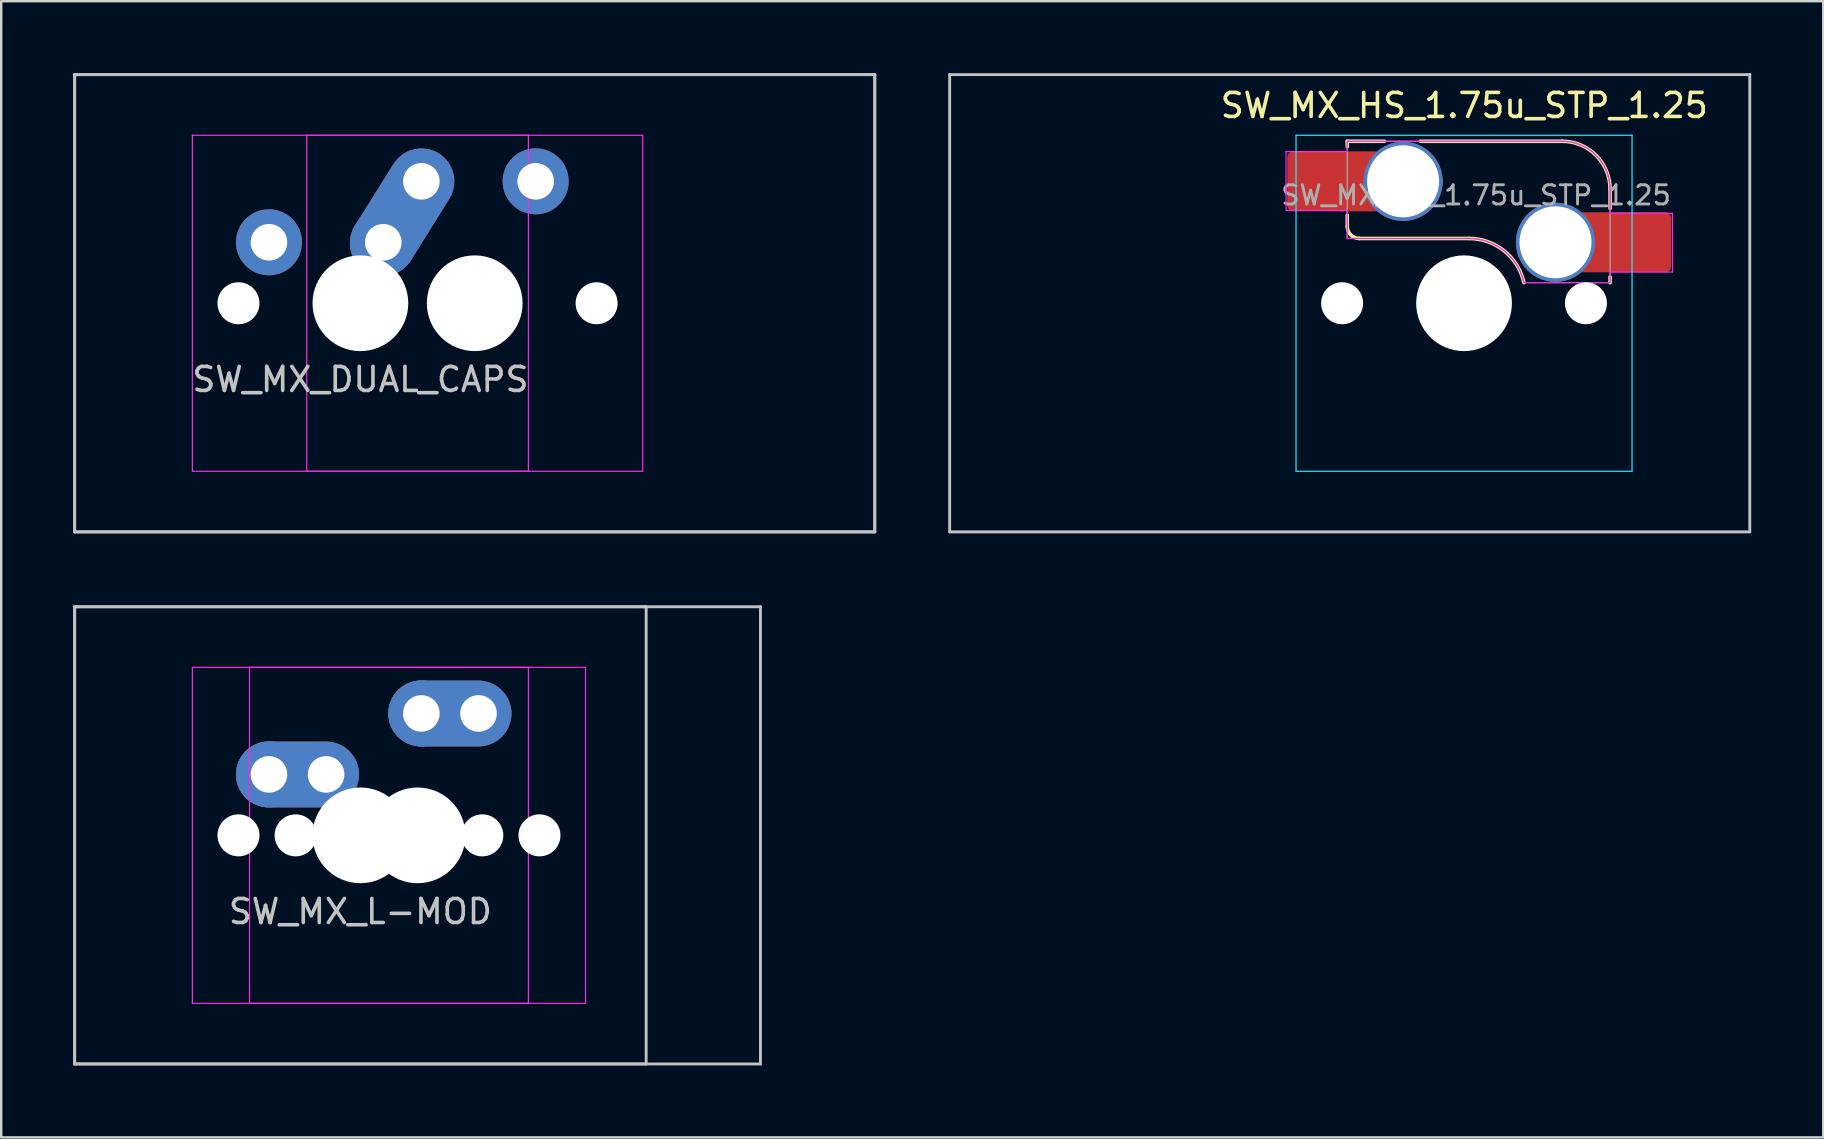
<source format=kicad_pcb>
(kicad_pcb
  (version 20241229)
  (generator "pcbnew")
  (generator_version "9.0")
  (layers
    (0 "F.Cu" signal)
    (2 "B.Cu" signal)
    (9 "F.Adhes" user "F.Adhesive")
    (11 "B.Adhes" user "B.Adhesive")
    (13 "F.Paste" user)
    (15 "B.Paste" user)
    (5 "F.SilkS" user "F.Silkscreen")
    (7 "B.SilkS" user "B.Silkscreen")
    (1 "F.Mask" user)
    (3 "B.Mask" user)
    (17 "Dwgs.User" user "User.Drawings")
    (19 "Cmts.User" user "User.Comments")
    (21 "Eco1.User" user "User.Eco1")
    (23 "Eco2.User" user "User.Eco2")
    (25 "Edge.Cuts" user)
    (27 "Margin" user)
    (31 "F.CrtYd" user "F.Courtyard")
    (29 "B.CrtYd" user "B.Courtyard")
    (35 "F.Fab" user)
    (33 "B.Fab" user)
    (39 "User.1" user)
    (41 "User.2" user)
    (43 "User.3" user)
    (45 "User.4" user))
  (footprint "SW_MX_HS_1.75u_STP_1.25"
    (layer "F.Cu")
    (at 57.949 9.585)
    (property "Reference" "SW_MX_HS_1.75u_STP_1.25" (at 0.01 -8.24 0) (layer "F.SilkS") (effects (font (size 1 1) (thickness 0.15))))
    (attr smd)
    (fp_line (start -4.865 -6.75) (end -4.865 -6.52) (stroke (width 0.15) (type solid)) (layer "F.SilkS"))
    (fp_line (start -4.865 -3.67) (end -4.865 -3.2) (stroke (width 0.15) (type solid)) (layer "F.SilkS"))
    (fp_line (start -4.365 -2.7) (end 0.2 -2.7) (stroke (width 0.15) (type solid)) (layer "F.SilkS"))
    (fp_line (start -3.315 -6.75) (end -4.865 -6.75) (stroke (width 0.15) (type solid)) (layer "F.SilkS"))
    (fp_line (start 4.085 -6.75) (end -1.815 -6.75) (stroke (width 0.15) (type solid)) (layer "F.SilkS"))
    (fp_line (start 6.085 -3.95) (end 6.085 -4.75) (stroke (width 0.15) (type solid)) (layer "F.SilkS"))
    (fp_line (start 6.085 -1.1) (end 6.085 -0.86) (stroke (width 0.15) (type solid)) (layer "F.SilkS"))
    (fp_arc (start -4.364824 -2.70022) (mid -4.718377 -2.846667) (end -4.864824 -3.20022) (stroke (width 0.15) (type solid)) (layer "F.SilkS"))
    (fp_arc (start 0.2 -2.70022) (mid 1.670693 -2.183637) (end 2.494322 -0.86022) (stroke (width 0.15) (type solid)) (layer "F.SilkS"))
    (fp_arc (start 4.085176 -6.75022) (mid 5.49939 -6.164434) (end 6.085176 -4.75022) (stroke (width 0.15) (type solid)) (layer "F.SilkS"))
    (fp_line (start -21.431 -9.525) (end 11.906 -9.525) (stroke (width 0.12) (type solid)) (layer "Dwgs.User"))
    (fp_line (start -21.431 9.525) (end -21.431 -9.525) (stroke (width 0.12) (type solid)) (layer "Dwgs.User"))
    (fp_line (start 11.906 -9.525) (end 11.906 9.525) (stroke (width 0.12) (type solid)) (layer "Dwgs.User"))
    (fp_line (start 11.906 9.525) (end -21.431 9.525) (stroke (width 0.12) (type solid)) (layer "Dwgs.User"))
    (fp_line (start -7 -6.5) (end -7 6.5) (stroke (width 0.05) (type solid)) (layer "Eco2.User"))
    (fp_line (start -6.5 7) (end 6.5 7) (stroke (width 0.05) (type solid)) (layer "Eco2.User"))
    (fp_line (start 6.5 -7) (end -6.5 -7) (stroke (width 0.05) (type solid)) (layer "Eco2.User"))
    (fp_line (start 7 6.5) (end 7 -6.5) (stroke (width 0.05) (type solid)) (layer "Eco2.User"))
    (fp_arc (start -7 -6.5) (mid -6.853553 -6.853553) (end -6.5 -7) (stroke (width 0.05) (type solid)) (layer "Eco2.User"))
    (fp_arc (start -6.497236 6.998884) (mid -6.850789 6.852437) (end -6.997236 6.498884) (stroke (width 0.05) (type solid)) (layer "Eco2.User"))
    (fp_arc (start 6.5 -7) (mid 6.853553 -6.853553) (end 7 -6.5) (stroke (width 0.05) (type solid)) (layer "Eco2.User"))
    (fp_arc (start 7 6.5) (mid 6.853553 6.853553) (end 6.5 7) (stroke (width 0.05) (type solid)) (layer "Eco2.User"))
    (fp_line (start -7 -7) (end 7 -7) (stroke (width 0.05) (type solid)) (layer "B.CrtYd"))
    (fp_line (start -7 7) (end -7 -7) (stroke (width 0.05) (type solid)) (layer "B.CrtYd"))
    (fp_line (start 7 -7) (end 7 7) (stroke (width 0.05) (type solid)) (layer "B.CrtYd"))
    (fp_line (start 7 7) (end -7 7) (stroke (width 0.05) (type solid)) (layer "B.CrtYd"))
    (fp_line (start -7.415 -6.32) (end -4.865 -6.32) (stroke (width 0.05) (type solid)) (layer "F.CrtYd"))
    (fp_line (start -7.415 -3.87) (end -7.415 -6.32) (stroke (width 0.05) (type solid)) (layer "F.CrtYd"))
    (fp_line (start -4.865 -6.75) (end -4.865 -6.32) (stroke (width 0.05) (type solid)) (layer "F.CrtYd"))
    (fp_line (start -4.865 -3.87) (end -7.415 -3.87) (stroke (width 0.05) (type solid)) (layer "F.CrtYd"))
    (fp_line (start -4.865 -3.87) (end -4.865 -2.7) (stroke (width 0.05) (type solid)) (layer "F.CrtYd"))
    (fp_line (start -4.865 -2.7) (end 0.2 -2.7) (stroke (width 0.05) (type solid)) (layer "F.CrtYd"))
    (fp_line (start 4.085 -6.75) (end -4.865 -6.75) (stroke (width 0.05) (type solid)) (layer "F.CrtYd"))
    (fp_line (start 6.085 -3.75) (end 6.085 -4.75) (stroke (width 0.05) (type solid)) (layer "F.CrtYd"))
    (fp_line (start 6.085 -3.75) (end 8.685 -3.75) (stroke (width 0.05) (type solid)) (layer "F.CrtYd"))
    (fp_line (start 6.085 -1.3) (end 6.085 -0.86) (stroke (width 0.05) (type solid)) (layer "F.CrtYd"))
    (fp_line (start 6.085 -0.86) (end 2.494 -0.86) (stroke (width 0.05) (type solid)) (layer "F.CrtYd"))
    (fp_line (start 8.685 -3.75) (end 8.685 -1.3) (stroke (width 0.05) (type solid)) (layer "F.CrtYd"))
    (fp_line (start 8.685 -1.3) (end 6.085 -1.3) (stroke (width 0.05) (type solid)) (layer "F.CrtYd"))
    (fp_arc (start 0.2 -2.70022) (mid 1.670503 -2.183399) (end 2.494322 -0.86022) (stroke (width 0.05) (type solid)) (layer "F.CrtYd"))
    (fp_arc (start 4.085176 -6.75022) (mid 5.49939 -6.164434) (end 6.085176 -4.75022) (stroke (width 0.05) (type solid)) (layer "F.CrtYd"))
    (fp_line (start -4.865 -6.75) (end -4.865 -2.7) (stroke (width 0.05) (type solid)) (layer "F.Fab"))
    (fp_line (start -4.865 -2.7) (end 0.2 -2.7) (stroke (width 0.05) (type solid)) (layer "F.Fab"))
    (fp_line (start 4.085 -6.75) (end -4.865 -6.75) (stroke (width 0.05) (type solid)) (layer "F.Fab"))
    (fp_line (start 6.085 -0.86) (end 2.494 -0.86) (stroke (width 0.05) (type solid)) (layer "F.Fab"))
    (fp_line (start 6.085 -0.86) (end 6.085 -4.75) (stroke (width 0.05) (type solid)) (layer "F.Fab"))
    (fp_arc (start 0.2 -2.70022) (mid 1.670503 -2.183399) (end 2.494322 -0.86022) (stroke (width 0.05) (type solid)) (layer "F.Fab"))
    (fp_arc (start 4.085176 -6.75022) (mid 5.49939 -6.164434) (end 6.085176 -4.75022) (stroke (width 0.05) (type solid)) (layer "F.Fab"))
    (fp_text user "${REFERENCE}" (at 0.5 -4.5 0) (layer "F.Fab") (effects (font (size 0.8 0.8) (thickness 0.12))))
    (pad "" np_thru_hole circle (at -5.08 0) (size 1.75 1.75) (drill 1.75) (layers "*.Cu" "*.Mask"))
    (pad "" np_thru_hole circle (at 0 0) (size 3.988 3.988) (drill 3.988) (layers "*.Cu" "*.Mask"))
    (pad "" np_thru_hole circle (at 5.08 0) (size 1.75 1.75) (drill 1.75) (layers "*.Cu" "*.Mask"))
    (pad "1" thru_hole circle (at 3.81 -2.54) (size 3.3 3.3) (drill 3) (layers "*.Cu" "*.Mask"))
    (pad "1" smd rect (at 5.635 -2.54 180) (size 1.65 2.5) (layers "F.Cu"))
    (pad "1" smd roundrect (at 7.36 -2.54) (size 2.55 2.5) (layers "F.Cu" "F.Mask" "F.Paste") (roundrect_rratio 0.1))
    (pad "2" smd roundrect (at -6.09 -5.08) (size 2.55 2.5) (layers "F.Cu" "F.Mask" "F.Paste") (roundrect_rratio 0.1))
    (pad "2" smd rect (at -4.34 -5.08) (size 1.65 2.5) (layers "F.Cu"))
    (pad "2" thru_hole circle (at -2.54 -5.08) (size 3.3 3.3) (drill 3) (layers "*.Cu" "*.Mask")))
  (footprint "SW_MX_DUAL_CAPS"
    (layer "F.Cu")
    (at 11.966 9.585)
    (property "Reference" "SW_MX_DUAL_CAPS" (at 0 3.175 0) (layer "Dwgs.User") (effects (font (size 1 1) (thickness 0.15))))
    (attr through_hole exclude_from_pos_files exclude_from_bom)
    (fp_line (start -11.906 -9.525) (end -11.906 9.525) (stroke (width 0.12) (type solid)) (layer "Dwgs.User"))
    (fp_line (start -11.906 -9.525) (end -11.906 9.525) (stroke (width 0.12) (type solid)) (layer "Dwgs.User"))
    (fp_line (start -11.906 9.525) (end 21.431 9.525) (stroke (width 0.12) (type solid)) (layer "Dwgs.User"))
    (fp_line (start -11.906 9.525) (end 21.431 9.525) (stroke (width 0.12) (type solid)) (layer "Dwgs.User"))
    (fp_line (start 21.431 -9.525) (end -11.906 -9.525) (stroke (width 0.12) (type solid)) (layer "Dwgs.User"))
    (fp_line (start 21.431 -9.525) (end -11.906 -9.525) (stroke (width 0.12) (type solid)) (layer "Dwgs.User"))
    (fp_line (start 21.431 9.525) (end 21.431 -9.525) (stroke (width 0.12) (type solid)) (layer "Dwgs.User"))
    (fp_line (start 21.431 9.525) (end 21.431 -9.525) (stroke (width 0.12) (type solid)) (layer "Dwgs.User"))
    (fp_line (start -7 6.5) (end -7 -6.5) (stroke (width 0.05) (type solid)) (layer "Eco2.User"))
    (fp_line (start -6.5 -7) (end 6.5 -7) (stroke (width 0.05) (type solid)) (layer "Eco2.User"))
    (fp_line (start -2.237 6.5) (end -2.237 -6.5) (stroke (width 0.05) (type solid)) (layer "Eco2.User"))
    (fp_line (start -1.738 -7) (end 11.262 -7) (stroke (width 0.05) (type solid)) (layer "Eco2.User"))
    (fp_line (start 6.5 7) (end -6.5 7) (stroke (width 0.05) (type solid)) (layer "Eco2.User"))
    (fp_line (start 7 -6.5) (end 7 6.5) (stroke (width 0.05) (type solid)) (layer "Eco2.User"))
    (fp_line (start 11.262 7) (end -1.738 7) (stroke (width 0.05) (type solid)) (layer "Eco2.User"))
    (fp_line (start 11.762 -6.5) (end 11.762 6.5) (stroke (width 0.05) (type solid)) (layer "Eco2.User"))
    (fp_arc (start -7 -6.5) (mid -6.853553 -6.853553) (end -6.5 -7) (stroke (width 0.05) (type solid)) (layer "Eco2.User"))
    (fp_arc (start -6.5 7) (mid -6.853553 6.853553) (end -7 6.5) (stroke (width 0.05) (type solid)) (layer "Eco2.User"))
    (fp_arc (start -2.2375 -6.5) (mid -2.091053 -6.853553) (end -1.7375 -7) (stroke (width 0.05) (type solid)) (layer "Eco2.User"))
    (fp_arc (start -1.7375 7) (mid -2.091053 6.853553) (end -2.2375 6.5) (stroke (width 0.05) (type solid)) (layer "Eco2.User"))
    (fp_arc (start 6.5 -7) (mid 6.853553 -6.853553) (end 7 -6.5) (stroke (width 0.05) (type solid)) (layer "Eco2.User"))
    (fp_arc (start 6.997236 6.498884) (mid 6.850789 6.852437) (end 6.497236 6.998884) (stroke (width 0.05) (type solid)) (layer "Eco2.User"))
    (fp_arc (start 11.2625 -7) (mid 11.616053 -6.853553) (end 11.7625 -6.5) (stroke (width 0.05) (type solid)) (layer "Eco2.User"))
    (fp_arc (start 11.759736 6.498884) (mid 11.613305 6.852453) (end 11.259736 6.998884) (stroke (width 0.05) (type solid)) (layer "Eco2.User"))
    (fp_line (start -7 -7) (end -7 7) (stroke (width 0.05) (type solid)) (layer "F.CrtYd"))
    (fp_line (start -7 7) (end 7 7) (stroke (width 0.05) (type solid)) (layer "F.CrtYd"))
    (fp_line (start -2.237 -7) (end -2.237 7) (stroke (width 0.05) (type solid)) (layer "F.CrtYd"))
    (fp_line (start -2.237 7) (end 11.762 7) (stroke (width 0.05) (type solid)) (layer "F.CrtYd"))
    (fp_line (start 7 -7) (end -7 -7) (stroke (width 0.05) (type solid)) (layer "F.CrtYd"))
    (fp_line (start 7 7) (end 7 -7) (stroke (width 0.05) (type solid)) (layer "F.CrtYd"))
    (fp_line (start 11.762 -7) (end -2.237 -7) (stroke (width 0.05) (type solid)) (layer "F.CrtYd"))
    (fp_line (start 11.762 7) (end 11.762 -7) (stroke (width 0.05) (type solid)) (layer "F.CrtYd"))
    (pad "" np_thru_hole circle (at -5.08 0) (size 1.75 1.75) (drill 1.75) (layers "*.Cu" "*.Mask"))
    (pad "" np_thru_hole circle (at -0.318 0) (size 1.75 1.75) (drill 1.75) (layers "*.Cu" "*.Mask"))
    (pad "" np_thru_hole circle (at 0 0) (size 3.988 3.988) (drill 3.988) (layers "*.Cu" "*.Mask"))
    (pad "" np_thru_hole circle (at 4.763 0) (size 3.988 3.988) (drill 3.988) (layers "*.Cu" "*.Mask"))
    (pad "" np_thru_hole circle (at 5.08 0) (size 1.75 1.75) (drill 1.75) (layers "*.Cu" "*.Mask"))
    (pad "" np_thru_hole circle (at 9.842 0) (size 1.75 1.75) (drill 1.75) (layers "*.Cu" "*.Mask"))
    (pad "1" thru_hole circle (at 0.953 -2.54) (size 2.75 2.75) (drill 1.524) (layers "*.Cu" "B.Mask"))
    (pad "1" thru_hole roundrect (at 2.54 -5.08 58) (size 5.785 2.745) (drill 1.524 (offset -1.518 0.003)) (layers "*.Cu" "B.Mask") (roundrect_rratio 0.5))
    (pad "2" thru_hole circle (at -3.81 -2.54) (size 2.75 2.75) (drill 1.524) (layers "*.Cu" "B.Mask"))
    (pad "2" thru_hole circle (at 7.303 -5.08) (size 2.75 2.75) (drill 1.524) (layers "*.Cu" "B.Mask")))
  (footprint "SW_MX_L-MOD"
    (layer "F.Cu")
    (at 11.966 31.755)
    (property "Reference" "SW_MX_L-MOD" (at 0 3.175 0) (layer "Dwgs.User") (effects (font (size 1 1) (thickness 0.15))))
    (attr through_hole exclude_from_pos_files exclude_from_bom)
    (fp_line (start -11.906 -9.525) (end -11.906 9.525) (stroke (width 0.12) (type solid)) (layer "Dwgs.User"))
    (fp_line (start -11.906 -9.525) (end -11.906 9.525) (stroke (width 0.12) (type solid)) (layer "Dwgs.User"))
    (fp_line (start -11.906 9.525) (end 11.906 9.525) (stroke (width 0.12) (type solid)) (layer "Dwgs.User"))
    (fp_line (start -11.906 9.525) (end 16.669 9.525) (stroke (width 0.12) (type solid)) (layer "Dwgs.User"))
    (fp_line (start 11.906 -9.525) (end -11.906 -9.525) (stroke (width 0.12) (type solid)) (layer "Dwgs.User"))
    (fp_line (start 11.906 9.525) (end 11.906 -9.525) (stroke (width 0.12) (type solid)) (layer "Dwgs.User"))
    (fp_line (start 16.669 -9.525) (end -11.906 -9.525) (stroke (width 0.12) (type solid)) (layer "Dwgs.User"))
    (fp_line (start 16.669 9.525) (end 16.669 -9.525) (stroke (width 0.12) (type solid)) (layer "Dwgs.User"))
    (fp_line (start -7 6.5) (end -7 -6.5) (stroke (width 0.05) (type solid)) (layer "Eco2.User"))
    (fp_line (start -6.5 -7) (end 6.5 -7) (stroke (width 0.05) (type solid)) (layer "Eco2.User"))
    (fp_line (start -4.619 6.5) (end -4.619 -6.5) (stroke (width 0.05) (type solid)) (layer "Eco2.User"))
    (fp_line (start -4.119 -7) (end 8.881 -7) (stroke (width 0.05) (type solid)) (layer "Eco2.User"))
    (fp_line (start 6.5 7) (end -6.5 7) (stroke (width 0.05) (type solid)) (layer "Eco2.User"))
    (fp_line (start 7 -6.5) (end 7 6.5) (stroke (width 0.05) (type solid)) (layer "Eco2.User"))
    (fp_line (start 8.881 7) (end -4.119 7) (stroke (width 0.05) (type solid)) (layer "Eco2.User"))
    (fp_line (start 9.381 -6.5) (end 9.381 6.5) (stroke (width 0.05) (type solid)) (layer "Eco2.User"))
    (fp_arc (start -7 -6.5) (mid -6.853553 -6.853553) (end -6.5 -7) (stroke (width 0.05) (type solid)) (layer "Eco2.User"))
    (fp_arc (start -6.5 7) (mid -6.853553 6.853553) (end -7 6.5) (stroke (width 0.05) (type solid)) (layer "Eco2.User"))
    (fp_arc (start -4.61875 -6.5) (mid -4.472303 -6.853553) (end -4.11875 -7) (stroke (width 0.05) (type solid)) (layer "Eco2.User"))
    (fp_arc (start -4.11875 7) (mid -4.472303 6.853553) (end -4.61875 6.5) (stroke (width 0.05) (type solid)) (layer "Eco2.User"))
    (fp_arc (start 6.5 -7) (mid 6.853553 -6.853553) (end 7 -6.5) (stroke (width 0.05) (type solid)) (layer "Eco2.User"))
    (fp_arc (start 6.997236 6.498884) (mid 6.850789 6.852437) (end 6.497236 6.998884) (stroke (width 0.05) (type solid)) (layer "Eco2.User"))
    (fp_arc (start 8.88125 -7) (mid 9.234803 -6.853553) (end 9.38125 -6.5) (stroke (width 0.05) (type solid)) (layer "Eco2.User"))
    (fp_arc (start 9.378486 6.498884) (mid 9.232055 6.852453) (end 8.878486 6.998884) (stroke (width 0.05) (type solid)) (layer "Eco2.User"))
    (fp_line (start -7 -7) (end -7 7) (stroke (width 0.05) (type solid)) (layer "F.CrtYd"))
    (fp_line (start -7 7) (end 7 7) (stroke (width 0.05) (type solid)) (layer "F.CrtYd"))
    (fp_line (start -4.619 -7) (end -4.619 7) (stroke (width 0.05) (type solid)) (layer "F.CrtYd"))
    (fp_line (start -4.619 7) (end 9.381 7) (stroke (width 0.05) (type solid)) (layer "F.CrtYd"))
    (fp_line (start 7 -7) (end -7 -7) (stroke (width 0.05) (type solid)) (layer "F.CrtYd"))
    (fp_line (start 7 7) (end 7 -7) (stroke (width 0.05) (type solid)) (layer "F.CrtYd"))
    (fp_line (start 9.381 -7) (end -4.619 -7) (stroke (width 0.05) (type solid)) (layer "F.CrtYd"))
    (fp_line (start 9.381 7) (end 9.381 -7) (stroke (width 0.05) (type solid)) (layer "F.CrtYd"))
    (pad "" np_thru_hole circle (at -5.08 0) (size 1.75 1.75) (drill 1.75) (layers "*.Cu" "*.Mask"))
    (pad "" np_thru_hole circle (at -2.699 0) (size 1.75 1.75) (drill 1.75) (layers "*.Cu" "*.Mask"))
    (pad "" np_thru_hole circle (at 0 0) (size 3.988 3.988) (drill 3.988) (layers "*.Cu" "*.Mask"))
    (pad "" np_thru_hole circle (at 2.381 0) (size 3.988 3.988) (drill 3.988) (layers "*.Cu" "*.Mask"))
    (pad "" np_thru_hole circle (at 5.08 0) (size 1.75 1.75) (drill 1.75) (layers "*.Cu" "*.Mask"))
    (pad "" np_thru_hole circle (at 7.461 0) (size 1.75 1.75) (drill 1.75) (layers "*.Cu" "*.Mask"))
    (pad "1" thru_hole circle (at -3.81 -2.54) (size 2.75 2.75) (drill 1.524) (layers "*.Cu" "B.Mask"))
    (pad "1" thru_hole roundrect (at -1.429 -2.54) (size 5.126 2.745) (drill 1.524 (offset -1.188 0.003)) (layers "*.Cu" "B.Mask") (roundrect_rratio 0.5))
    (pad "2" thru_hole circle (at 2.54 -5.08) (size 2.75 2.75) (drill 1.524) (layers "*.Cu" "B.Mask"))
    (pad "2" thru_hole roundrect (at 4.921 -5.08) (size 5.136 2.745) (drill 1.524 (offset -1.193 0.003)) (layers "*.Cu" "B.Mask") (roundrect_rratio 0.5)))
  (gr_rect
    (start -3 -3)
    (end 72.915 44.34)
    (stroke (width 0.1) (type default))
    (fill no)
    (layer "Edge.Cuts")))
</source>
